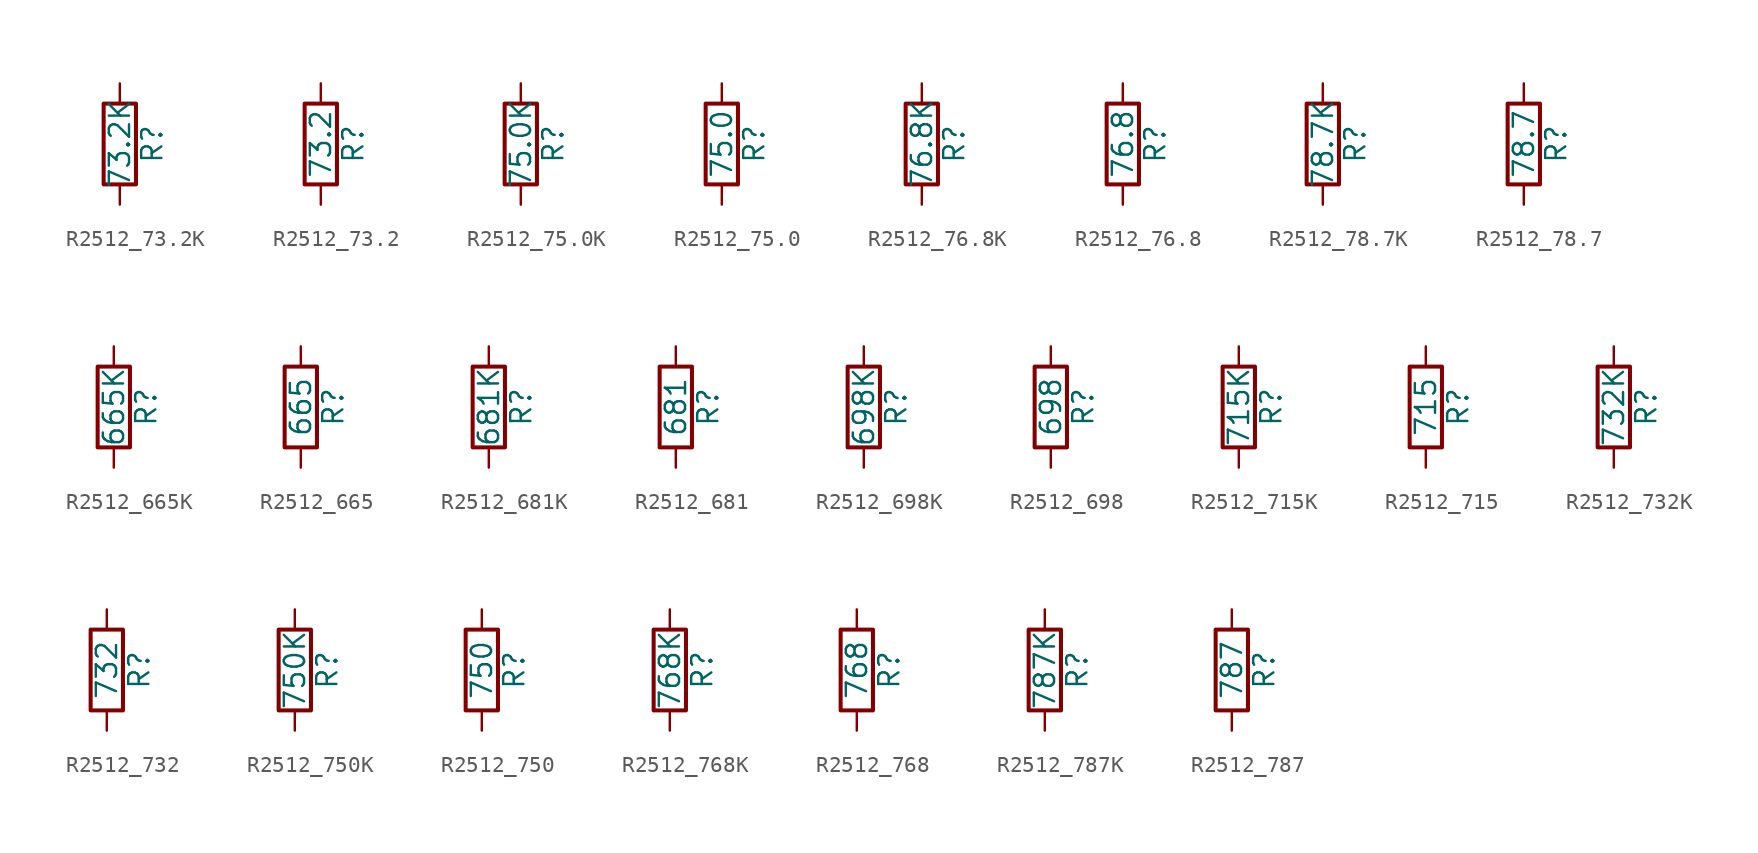
<source format=kicad_sym>
(kicad_symbol_lib
  (version 20211014)
  (generator atlantix-eda)
  (symbol "R2512_73.2K"
    (pin_numbers hide)
    (pin_names
      (offset 0))
    (property "Reference" "R"
      (at 2.032 0 90)
      (effects (font (size 1.27 1.27))))
    (property "Value" "73.2K"
      (at 0 0 90)
      (effects (font (size 1.27 1.27))))
    (symbol "R2512_73.2K_0_1"
      (rectangle (start -1.016 -2.54) (end 1.016 2.54) (stroke (width 0.254) (type default) (color 0 0 0 0)) (fill (type none))))
    (symbol "R2512_73.2K_1_1"
      (pin passive line (at 0 3.81 270) (length 1.27) (name "~" (effects (font (size 1.27 1.27)))) (number "1" (effects (font (size 1.27 1.27)))))
      (pin passive line (at 0 -3.81 90) (length 1.27) (name "~" (effects (font (size 1.27 1.27)))) (number "2" (effects (font (size 1.27 1.27)))))))
  (symbol "R2512_73.2"
    (pin_numbers hide)
    (pin_names
      (offset 0))
    (property "Reference" "R"
      (at 2.032 0 90)
      (effects (font (size 1.27 1.27))))
    (property "Value" "73.2"
      (at 0 0 90)
      (effects (font (size 1.27 1.27))))
    (symbol "R2512_73.2_0_1"
      (rectangle (start -1.016 -2.54) (end 1.016 2.54) (stroke (width 0.254) (type default) (color 0 0 0 0)) (fill (type none))))
    (symbol "R2512_73.2_1_1"
      (pin passive line (at 0 3.81 270) (length 1.27) (name "~" (effects (font (size 1.27 1.27)))) (number "1" (effects (font (size 1.27 1.27)))))
      (pin passive line (at 0 -3.81 90) (length 1.27) (name "~" (effects (font (size 1.27 1.27)))) (number "2" (effects (font (size 1.27 1.27)))))))
  (symbol "R2512_75.0K"
    (pin_numbers hide)
    (pin_names
      (offset 0))
    (property "Reference" "R"
      (at 2.032 0 90)
      (effects (font (size 1.27 1.27))))
    (property "Value" "75.0K"
      (at 0 0 90)
      (effects (font (size 1.27 1.27))))
    (symbol "R2512_75.0K_0_1"
      (rectangle (start -1.016 -2.54) (end 1.016 2.54) (stroke (width 0.254) (type default) (color 0 0 0 0)) (fill (type none))))
    (symbol "R2512_75.0K_1_1"
      (pin passive line (at 0 3.81 270) (length 1.27) (name "~" (effects (font (size 1.27 1.27)))) (number "1" (effects (font (size 1.27 1.27)))))
      (pin passive line (at 0 -3.81 90) (length 1.27) (name "~" (effects (font (size 1.27 1.27)))) (number "2" (effects (font (size 1.27 1.27)))))))
  (symbol "R2512_75.0"
    (pin_numbers hide)
    (pin_names
      (offset 0))
    (property "Reference" "R"
      (at 2.032 0 90)
      (effects (font (size 1.27 1.27))))
    (property "Value" "75.0"
      (at 0 0 90)
      (effects (font (size 1.27 1.27))))
    (symbol "R2512_75.0_0_1"
      (rectangle (start -1.016 -2.54) (end 1.016 2.54) (stroke (width 0.254) (type default) (color 0 0 0 0)) (fill (type none))))
    (symbol "R2512_75.0_1_1"
      (pin passive line (at 0 3.81 270) (length 1.27) (name "~" (effects (font (size 1.27 1.27)))) (number "1" (effects (font (size 1.27 1.27)))))
      (pin passive line (at 0 -3.81 90) (length 1.27) (name "~" (effects (font (size 1.27 1.27)))) (number "2" (effects (font (size 1.27 1.27)))))))
  (symbol "R2512_76.8K"
    (pin_numbers hide)
    (pin_names
      (offset 0))
    (property "Reference" "R"
      (at 2.032 0 90)
      (effects (font (size 1.27 1.27))))
    (property "Value" "76.8K"
      (at 0 0 90)
      (effects (font (size 1.27 1.27))))
    (symbol "R2512_76.8K_0_1"
      (rectangle (start -1.016 -2.54) (end 1.016 2.54) (stroke (width 0.254) (type default) (color 0 0 0 0)) (fill (type none))))
    (symbol "R2512_76.8K_1_1"
      (pin passive line (at 0 3.81 270) (length 1.27) (name "~" (effects (font (size 1.27 1.27)))) (number "1" (effects (font (size 1.27 1.27)))))
      (pin passive line (at 0 -3.81 90) (length 1.27) (name "~" (effects (font (size 1.27 1.27)))) (number "2" (effects (font (size 1.27 1.27)))))))
  (symbol "R2512_76.8"
    (pin_numbers hide)
    (pin_names
      (offset 0))
    (property "Reference" "R"
      (at 2.032 0 90)
      (effects (font (size 1.27 1.27))))
    (property "Value" "76.8"
      (at 0 0 90)
      (effects (font (size 1.27 1.27))))
    (symbol "R2512_76.8_0_1"
      (rectangle (start -1.016 -2.54) (end 1.016 2.54) (stroke (width 0.254) (type default) (color 0 0 0 0)) (fill (type none))))
    (symbol "R2512_76.8_1_1"
      (pin passive line (at 0 3.81 270) (length 1.27) (name "~" (effects (font (size 1.27 1.27)))) (number "1" (effects (font (size 1.27 1.27)))))
      (pin passive line (at 0 -3.81 90) (length 1.27) (name "~" (effects (font (size 1.27 1.27)))) (number "2" (effects (font (size 1.27 1.27)))))))
  (symbol "R2512_78.7K"
    (pin_numbers hide)
    (pin_names
      (offset 0))
    (property "Reference" "R"
      (at 2.032 0 90)
      (effects (font (size 1.27 1.27))))
    (property "Value" "78.7K"
      (at 0 0 90)
      (effects (font (size 1.27 1.27))))
    (symbol "R2512_78.7K_0_1"
      (rectangle (start -1.016 -2.54) (end 1.016 2.54) (stroke (width 0.254) (type default) (color 0 0 0 0)) (fill (type none))))
    (symbol "R2512_78.7K_1_1"
      (pin passive line (at 0 3.81 270) (length 1.27) (name "~" (effects (font (size 1.27 1.27)))) (number "1" (effects (font (size 1.27 1.27)))))
      (pin passive line (at 0 -3.81 90) (length 1.27) (name "~" (effects (font (size 1.27 1.27)))) (number "2" (effects (font (size 1.27 1.27)))))))
  (symbol "R2512_78.7"
    (pin_numbers hide)
    (pin_names
      (offset 0))
    (property "Reference" "R"
      (at 2.032 0 90)
      (effects (font (size 1.27 1.27))))
    (property "Value" "78.7"
      (at 0 0 90)
      (effects (font (size 1.27 1.27))))
    (symbol "R2512_78.7_0_1"
      (rectangle (start -1.016 -2.54) (end 1.016 2.54) (stroke (width 0.254) (type default) (color 0 0 0 0)) (fill (type none))))
    (symbol "R2512_78.7_1_1"
      (pin passive line (at 0 3.81 270) (length 1.27) (name "~" (effects (font (size 1.27 1.27)))) (number "1" (effects (font (size 1.27 1.27)))))
      (pin passive line (at 0 -3.81 90) (length 1.27) (name "~" (effects (font (size 1.27 1.27)))) (number "2" (effects (font (size 1.27 1.27)))))))
  (symbol "R2512_665K"
    (pin_numbers hide)
    (pin_names
      (offset 0))
    (property "Reference" "R"
      (at 2.032 0 90)
      (effects (font (size 1.27 1.27))))
    (property "Value" "665K"
      (at 0 0 90)
      (effects (font (size 1.27 1.27))))
    (symbol "R2512_665K_0_1"
      (rectangle (start -1.016 -2.54) (end 1.016 2.54) (stroke (width 0.254) (type default) (color 0 0 0 0)) (fill (type none))))
    (symbol "R2512_665K_1_1"
      (pin passive line (at 0 3.81 270) (length 1.27) (name "~" (effects (font (size 1.27 1.27)))) (number "1" (effects (font (size 1.27 1.27)))))
      (pin passive line (at 0 -3.81 90) (length 1.27) (name "~" (effects (font (size 1.27 1.27)))) (number "2" (effects (font (size 1.27 1.27)))))))
  (symbol "R2512_665"
    (pin_numbers hide)
    (pin_names
      (offset 0))
    (property "Reference" "R"
      (at 2.032 0 90)
      (effects (font (size 1.27 1.27))))
    (property "Value" "665"
      (at 0 0 90)
      (effects (font (size 1.27 1.27))))
    (symbol "R2512_665_0_1"
      (rectangle (start -1.016 -2.54) (end 1.016 2.54) (stroke (width 0.254) (type default) (color 0 0 0 0)) (fill (type none))))
    (symbol "R2512_665_1_1"
      (pin passive line (at 0 3.81 270) (length 1.27) (name "~" (effects (font (size 1.27 1.27)))) (number "1" (effects (font (size 1.27 1.27)))))
      (pin passive line (at 0 -3.81 90) (length 1.27) (name "~" (effects (font (size 1.27 1.27)))) (number "2" (effects (font (size 1.27 1.27)))))))
  (symbol "R2512_681K"
    (pin_numbers hide)
    (pin_names
      (offset 0))
    (property "Reference" "R"
      (at 2.032 0 90)
      (effects (font (size 1.27 1.27))))
    (property "Value" "681K"
      (at 0 0 90)
      (effects (font (size 1.27 1.27))))
    (symbol "R2512_681K_0_1"
      (rectangle (start -1.016 -2.54) (end 1.016 2.54) (stroke (width 0.254) (type default) (color 0 0 0 0)) (fill (type none))))
    (symbol "R2512_681K_1_1"
      (pin passive line (at 0 3.81 270) (length 1.27) (name "~" (effects (font (size 1.27 1.27)))) (number "1" (effects (font (size 1.27 1.27)))))
      (pin passive line (at 0 -3.81 90) (length 1.27) (name "~" (effects (font (size 1.27 1.27)))) (number "2" (effects (font (size 1.27 1.27)))))))
  (symbol "R2512_681"
    (pin_numbers hide)
    (pin_names
      (offset 0))
    (property "Reference" "R"
      (at 2.032 0 90)
      (effects (font (size 1.27 1.27))))
    (property "Value" "681"
      (at 0 0 90)
      (effects (font (size 1.27 1.27))))
    (symbol "R2512_681_0_1"
      (rectangle (start -1.016 -2.54) (end 1.016 2.54) (stroke (width 0.254) (type default) (color 0 0 0 0)) (fill (type none))))
    (symbol "R2512_681_1_1"
      (pin passive line (at 0 3.81 270) (length 1.27) (name "~" (effects (font (size 1.27 1.27)))) (number "1" (effects (font (size 1.27 1.27)))))
      (pin passive line (at 0 -3.81 90) (length 1.27) (name "~" (effects (font (size 1.27 1.27)))) (number "2" (effects (font (size 1.27 1.27)))))))
  (symbol "R2512_698K"
    (pin_numbers hide)
    (pin_names
      (offset 0))
    (property "Reference" "R"
      (at 2.032 0 90)
      (effects (font (size 1.27 1.27))))
    (property "Value" "698K"
      (at 0 0 90)
      (effects (font (size 1.27 1.27))))
    (symbol "R2512_698K_0_1"
      (rectangle (start -1.016 -2.54) (end 1.016 2.54) (stroke (width 0.254) (type default) (color 0 0 0 0)) (fill (type none))))
    (symbol "R2512_698K_1_1"
      (pin passive line (at 0 3.81 270) (length 1.27) (name "~" (effects (font (size 1.27 1.27)))) (number "1" (effects (font (size 1.27 1.27)))))
      (pin passive line (at 0 -3.81 90) (length 1.27) (name "~" (effects (font (size 1.27 1.27)))) (number "2" (effects (font (size 1.27 1.27)))))))
  (symbol "R2512_698"
    (pin_numbers hide)
    (pin_names
      (offset 0))
    (property "Reference" "R"
      (at 2.032 0 90)
      (effects (font (size 1.27 1.27))))
    (property "Value" "698"
      (at 0 0 90)
      (effects (font (size 1.27 1.27))))
    (symbol "R2512_698_0_1"
      (rectangle (start -1.016 -2.54) (end 1.016 2.54) (stroke (width 0.254) (type default) (color 0 0 0 0)) (fill (type none))))
    (symbol "R2512_698_1_1"
      (pin passive line (at 0 3.81 270) (length 1.27) (name "~" (effects (font (size 1.27 1.27)))) (number "1" (effects (font (size 1.27 1.27)))))
      (pin passive line (at 0 -3.81 90) (length 1.27) (name "~" (effects (font (size 1.27 1.27)))) (number "2" (effects (font (size 1.27 1.27)))))))
  (symbol "R2512_715K"
    (pin_numbers hide)
    (pin_names
      (offset 0))
    (property "Reference" "R"
      (at 2.032 0 90)
      (effects (font (size 1.27 1.27))))
    (property "Value" "715K"
      (at 0 0 90)
      (effects (font (size 1.27 1.27))))
    (symbol "R2512_715K_0_1"
      (rectangle (start -1.016 -2.54) (end 1.016 2.54) (stroke (width 0.254) (type default) (color 0 0 0 0)) (fill (type none))))
    (symbol "R2512_715K_1_1"
      (pin passive line (at 0 3.81 270) (length 1.27) (name "~" (effects (font (size 1.27 1.27)))) (number "1" (effects (font (size 1.27 1.27)))))
      (pin passive line (at 0 -3.81 90) (length 1.27) (name "~" (effects (font (size 1.27 1.27)))) (number "2" (effects (font (size 1.27 1.27)))))))
  (symbol "R2512_715"
    (pin_numbers hide)
    (pin_names
      (offset 0))
    (property "Reference" "R"
      (at 2.032 0 90)
      (effects (font (size 1.27 1.27))))
    (property "Value" "715"
      (at 0 0 90)
      (effects (font (size 1.27 1.27))))
    (symbol "R2512_715_0_1"
      (rectangle (start -1.016 -2.54) (end 1.016 2.54) (stroke (width 0.254) (type default) (color 0 0 0 0)) (fill (type none))))
    (symbol "R2512_715_1_1"
      (pin passive line (at 0 3.81 270) (length 1.27) (name "~" (effects (font (size 1.27 1.27)))) (number "1" (effects (font (size 1.27 1.27)))))
      (pin passive line (at 0 -3.81 90) (length 1.27) (name "~" (effects (font (size 1.27 1.27)))) (number "2" (effects (font (size 1.27 1.27)))))))
  (symbol "R2512_732K"
    (pin_numbers hide)
    (pin_names
      (offset 0))
    (property "Reference" "R"
      (at 2.032 0 90)
      (effects (font (size 1.27 1.27))))
    (property "Value" "732K"
      (at 0 0 90)
      (effects (font (size 1.27 1.27))))
    (symbol "R2512_732K_0_1"
      (rectangle (start -1.016 -2.54) (end 1.016 2.54) (stroke (width 0.254) (type default) (color 0 0 0 0)) (fill (type none))))
    (symbol "R2512_732K_1_1"
      (pin passive line (at 0 3.81 270) (length 1.27) (name "~" (effects (font (size 1.27 1.27)))) (number "1" (effects (font (size 1.27 1.27)))))
      (pin passive line (at 0 -3.81 90) (length 1.27) (name "~" (effects (font (size 1.27 1.27)))) (number "2" (effects (font (size 1.27 1.27)))))))
  (symbol "R2512_732"
    (pin_numbers hide)
    (pin_names
      (offset 0))
    (property "Reference" "R"
      (at 2.032 0 90)
      (effects (font (size 1.27 1.27))))
    (property "Value" "732"
      (at 0 0 90)
      (effects (font (size 1.27 1.27))))
    (symbol "R2512_732_0_1"
      (rectangle (start -1.016 -2.54) (end 1.016 2.54) (stroke (width 0.254) (type default) (color 0 0 0 0)) (fill (type none))))
    (symbol "R2512_732_1_1"
      (pin passive line (at 0 3.81 270) (length 1.27) (name "~" (effects (font (size 1.27 1.27)))) (number "1" (effects (font (size 1.27 1.27)))))
      (pin passive line (at 0 -3.81 90) (length 1.27) (name "~" (effects (font (size 1.27 1.27)))) (number "2" (effects (font (size 1.27 1.27)))))))
  (symbol "R2512_750K"
    (pin_numbers hide)
    (pin_names
      (offset 0))
    (property "Reference" "R"
      (at 2.032 0 90)
      (effects (font (size 1.27 1.27))))
    (property "Value" "750K"
      (at 0 0 90)
      (effects (font (size 1.27 1.27))))
    (symbol "R2512_750K_0_1"
      (rectangle (start -1.016 -2.54) (end 1.016 2.54) (stroke (width 0.254) (type default) (color 0 0 0 0)) (fill (type none))))
    (symbol "R2512_750K_1_1"
      (pin passive line (at 0 3.81 270) (length 1.27) (name "~" (effects (font (size 1.27 1.27)))) (number "1" (effects (font (size 1.27 1.27)))))
      (pin passive line (at 0 -3.81 90) (length 1.27) (name "~" (effects (font (size 1.27 1.27)))) (number "2" (effects (font (size 1.27 1.27)))))))
  (symbol "R2512_750"
    (pin_numbers hide)
    (pin_names
      (offset 0))
    (property "Reference" "R"
      (at 2.032 0 90)
      (effects (font (size 1.27 1.27))))
    (property "Value" "750"
      (at 0 0 90)
      (effects (font (size 1.27 1.27))))
    (symbol "R2512_750_0_1"
      (rectangle (start -1.016 -2.54) (end 1.016 2.54) (stroke (width 0.254) (type default) (color 0 0 0 0)) (fill (type none))))
    (symbol "R2512_750_1_1"
      (pin passive line (at 0 3.81 270) (length 1.27) (name "~" (effects (font (size 1.27 1.27)))) (number "1" (effects (font (size 1.27 1.27)))))
      (pin passive line (at 0 -3.81 90) (length 1.27) (name "~" (effects (font (size 1.27 1.27)))) (number "2" (effects (font (size 1.27 1.27)))))))
  (symbol "R2512_768K"
    (pin_numbers hide)
    (pin_names
      (offset 0))
    (property "Reference" "R"
      (at 2.032 0 90)
      (effects (font (size 1.27 1.27))))
    (property "Value" "768K"
      (at 0 0 90)
      (effects (font (size 1.27 1.27))))
    (symbol "R2512_768K_0_1"
      (rectangle (start -1.016 -2.54) (end 1.016 2.54) (stroke (width 0.254) (type default) (color 0 0 0 0)) (fill (type none))))
    (symbol "R2512_768K_1_1"
      (pin passive line (at 0 3.81 270) (length 1.27) (name "~" (effects (font (size 1.27 1.27)))) (number "1" (effects (font (size 1.27 1.27)))))
      (pin passive line (at 0 -3.81 90) (length 1.27) (name "~" (effects (font (size 1.27 1.27)))) (number "2" (effects (font (size 1.27 1.27)))))))
  (symbol "R2512_768"
    (pin_numbers hide)
    (pin_names
      (offset 0))
    (property "Reference" "R"
      (at 2.032 0 90)
      (effects (font (size 1.27 1.27))))
    (property "Value" "768"
      (at 0 0 90)
      (effects (font (size 1.27 1.27))))
    (symbol "R2512_768_0_1"
      (rectangle (start -1.016 -2.54) (end 1.016 2.54) (stroke (width 0.254) (type default) (color 0 0 0 0)) (fill (type none))))
    (symbol "R2512_768_1_1"
      (pin passive line (at 0 3.81 270) (length 1.27) (name "~" (effects (font (size 1.27 1.27)))) (number "1" (effects (font (size 1.27 1.27)))))
      (pin passive line (at 0 -3.81 90) (length 1.27) (name "~" (effects (font (size 1.27 1.27)))) (number "2" (effects (font (size 1.27 1.27)))))))
  (symbol "R2512_787K"
    (pin_numbers hide)
    (pin_names
      (offset 0))
    (property "Reference" "R"
      (at 2.032 0 90)
      (effects (font (size 1.27 1.27))))
    (property "Value" "787K"
      (at 0 0 90)
      (effects (font (size 1.27 1.27))))
    (symbol "R2512_787K_0_1"
      (rectangle (start -1.016 -2.54) (end 1.016 2.54) (stroke (width 0.254) (type default) (color 0 0 0 0)) (fill (type none))))
    (symbol "R2512_787K_1_1"
      (pin passive line (at 0 3.81 270) (length 1.27) (name "~" (effects (font (size 1.27 1.27)))) (number "1" (effects (font (size 1.27 1.27)))))
      (pin passive line (at 0 -3.81 90) (length 1.27) (name "~" (effects (font (size 1.27 1.27)))) (number "2" (effects (font (size 1.27 1.27)))))))
  (symbol "R2512_787"
    (pin_numbers hide)
    (pin_names
      (offset 0))
    (property "Reference" "R"
      (at 2.032 0 90)
      (effects (font (size 1.27 1.27))))
    (property "Value" "787"
      (at 0 0 90)
      (effects (font (size 1.27 1.27))))
    (symbol "R2512_787_0_1"
      (rectangle (start -1.016 -2.54) (end 1.016 2.54) (stroke (width 0.254) (type default) (color 0 0 0 0)) (fill (type none))))
    (symbol "R2512_787_1_1"
      (pin passive line (at 0 3.81 270) (length 1.27) (name "~" (effects (font (size 1.27 1.27)))) (number "1" (effects (font (size 1.27 1.27)))))
      (pin passive line (at 0 -3.81 90) (length 1.27) (name "~" (effects (font (size 1.27 1.27)))) (number "2" (effects (font (size 1.27 1.27))))))))
</source>
